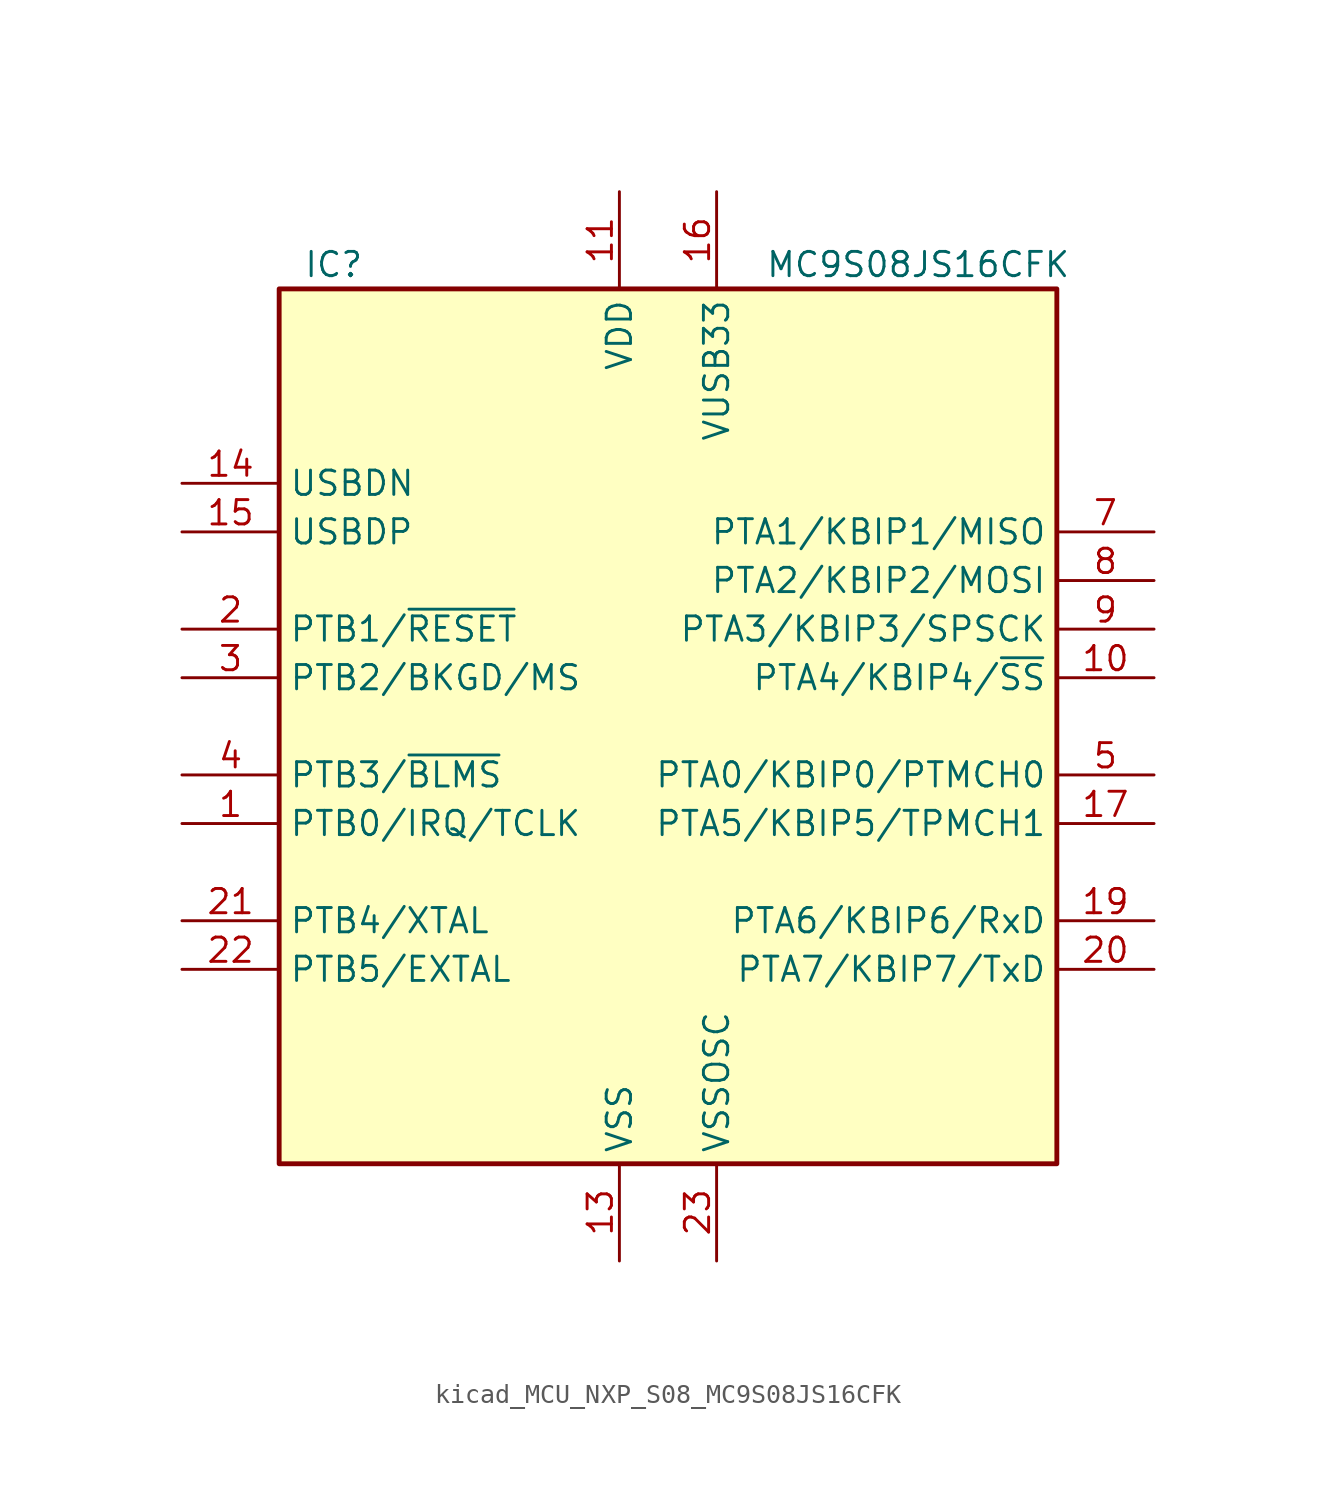
<source format=kicad_sym>
(kicad_symbol_lib
  (version 20220914)
  (generator kicad_symbol_editor)
  (symbol "kicad_MCU_NXP_S08_MC9S08JS16CFK"
    (property "Reference" "IC"
      (at -19.05 24.13 0)
      (effects (font (size 1.27 1.27)) (justify left)))
    (property "Value" "MC9S08JS16CFK"
      (at 5.08 24.13 0)
      (effects (font (size 1.27 1.27)) (justify left)))
    (symbol "kicad_MCU_NXP_S08_MC9S08JS16CFK_0_1"
      (rectangle (start -20.32 22.86) (end 20.32 -22.86) (stroke (width 0.254) (type default)) (fill (type background))))
    (symbol "kicad_MCU_NXP_S08_MC9S08JS16CFK_1_1"
      (pin bidirectional line (at -25.4 -5.08 0) (length 5.08) (name "PTB0/IRQ/TCLK" (effects (font (size 1.27 1.27)))) (number "1" (effects (font (size 1.27 1.27)))))
      (pin bidirectional line (at 25.4 2.54 180) (length 5.08) (name "PTA4/KBIP4/~{SS}" (effects (font (size 1.27 1.27)))) (number "10" (effects (font (size 1.27 1.27)))))
      (pin power_in line (at -2.54 27.94 270) (length 5.08) (name "VDD" (effects (font (size 1.27 1.27)))) (number "11" (effects (font (size 1.27 1.27)))))
      (pin power_in line (at -2.54 -27.94 90) (length 5.08) (name "VSS" (effects (font (size 1.27 1.27)))) (number "13" (effects (font (size 1.27 1.27)))))
      (pin bidirectional line (at -25.4 12.7 0) (length 5.08) (name "USBDN" (effects (font (size 1.27 1.27)))) (number "14" (effects (font (size 1.27 1.27)))))
      (pin bidirectional line (at -25.4 10.16 0) (length 5.08) (name "USBDP" (effects (font (size 1.27 1.27)))) (number "15" (effects (font (size 1.27 1.27)))))
      (pin power_out line (at 2.54 27.94 270) (length 5.08) (name "VUSB33" (effects (font (size 1.27 1.27)))) (number "16" (effects (font (size 1.27 1.27)))))
      (pin bidirectional line (at 25.4 -5.08 180) (length 5.08) (name "PTA5/KBIP5/TPMCH1" (effects (font (size 1.27 1.27)))) (number "17" (effects (font (size 1.27 1.27)))))
      (pin bidirectional line (at 25.4 -10.16 180) (length 5.08) (name "PTA6/KBIP6/RxD" (effects (font (size 1.27 1.27)))) (number "19" (effects (font (size 1.27 1.27)))))
      (pin bidirectional line (at -25.4 5.08 0) (length 5.08) (name "PTB1/~{RESET}" (effects (font (size 1.27 1.27)))) (number "2" (effects (font (size 1.27 1.27)))))
      (pin bidirectional line (at 25.4 -12.7 180) (length 5.08) (name "PTA7/KBIP7/TxD" (effects (font (size 1.27 1.27)))) (number "20" (effects (font (size 1.27 1.27)))))
      (pin bidirectional line (at -25.4 -10.16 0) (length 5.08) (name "PTB4/XTAL" (effects (font (size 1.27 1.27)))) (number "21" (effects (font (size 1.27 1.27)))))
      (pin bidirectional line (at -25.4 -12.7 0) (length 5.08) (name "PTB5/EXTAL" (effects (font (size 1.27 1.27)))) (number "22" (effects (font (size 1.27 1.27)))))
      (pin power_in line (at 2.54 -27.94 90) (length 5.08) (name "VSSOSC" (effects (font (size 1.27 1.27)))) (number "23" (effects (font (size 1.27 1.27)))))
      (pin bidirectional line (at -25.4 2.54 0) (length 5.08) (name "PTB2/BKGD/MS" (effects (font (size 1.27 1.27)))) (number "3" (effects (font (size 1.27 1.27)))))
      (pin bidirectional line (at -25.4 -2.54 0) (length 5.08) (name "PTB3/~{BLMS}" (effects (font (size 1.27 1.27)))) (number "4" (effects (font (size 1.27 1.27)))))
      (pin bidirectional line (at 25.4 -2.54 180) (length 5.08) (name "PTA0/KBIP0/PTMCH0" (effects (font (size 1.27 1.27)))) (number "5" (effects (font (size 1.27 1.27)))))
      (pin bidirectional line (at 25.4 10.16 180) (length 5.08) (name "PTA1/KBIP1/MISO" (effects (font (size 1.27 1.27)))) (number "7" (effects (font (size 1.27 1.27)))))
      (pin bidirectional line (at 25.4 7.62 180) (length 5.08) (name "PTA2/KBIP2/MOSI" (effects (font (size 1.27 1.27)))) (number "8" (effects (font (size 1.27 1.27)))))
      (pin bidirectional line (at 25.4 5.08 180) (length 5.08) (name "PTA3/KBIP3/SPSCK" (effects (font (size 1.27 1.27)))) (number "9" (effects (font (size 1.27 1.27))))))))
</source>
